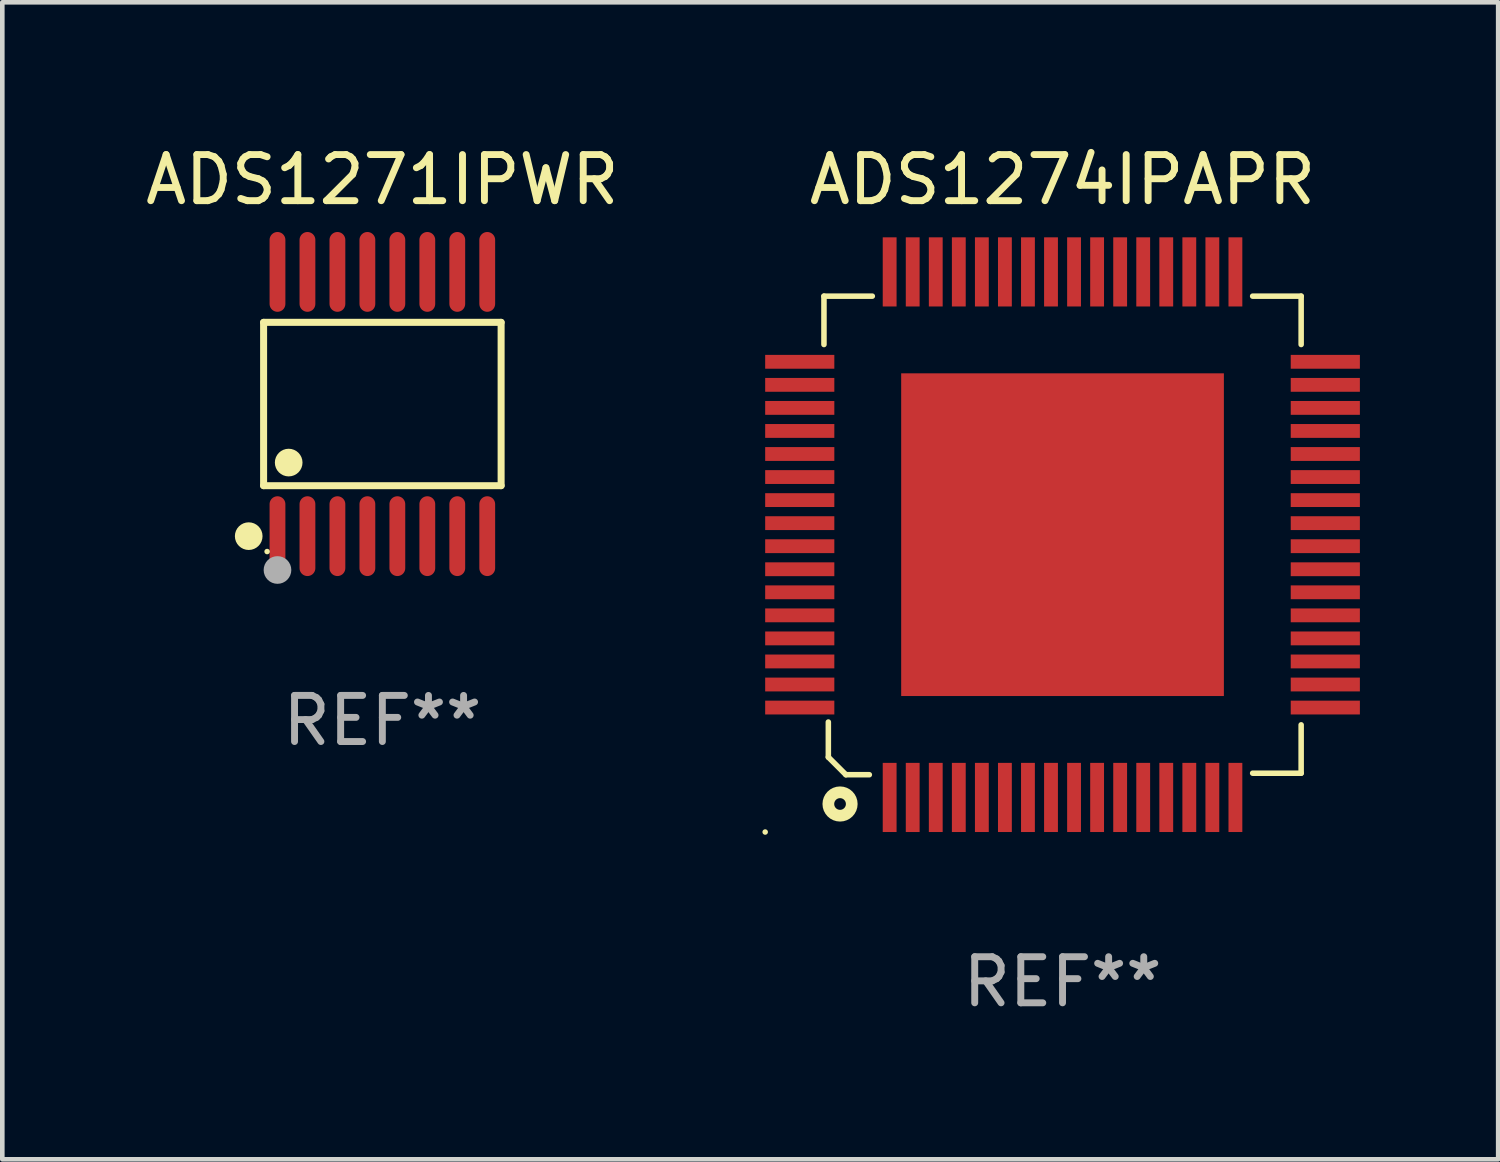
<source format=kicad_pcb>
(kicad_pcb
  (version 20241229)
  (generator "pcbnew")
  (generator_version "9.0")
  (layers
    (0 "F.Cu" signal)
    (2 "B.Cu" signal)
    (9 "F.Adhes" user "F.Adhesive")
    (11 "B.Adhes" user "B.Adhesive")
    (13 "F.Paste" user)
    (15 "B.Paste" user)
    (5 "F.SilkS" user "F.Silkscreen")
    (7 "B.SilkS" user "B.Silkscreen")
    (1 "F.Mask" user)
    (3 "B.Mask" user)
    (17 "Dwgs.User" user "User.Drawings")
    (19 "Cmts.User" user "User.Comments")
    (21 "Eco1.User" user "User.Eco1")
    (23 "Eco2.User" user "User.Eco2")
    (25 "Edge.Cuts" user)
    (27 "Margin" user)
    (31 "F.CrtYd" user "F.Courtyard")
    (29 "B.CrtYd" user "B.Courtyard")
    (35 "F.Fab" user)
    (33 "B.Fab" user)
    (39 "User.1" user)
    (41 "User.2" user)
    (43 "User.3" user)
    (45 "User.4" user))
  (footprint "ADS1271IPWR"
    (layer "F.Cu")
    (at 5.244 5.714)
    (property "Reference" "ADS1271IPWR" (at 0 -4.866 0) (layer "F.SilkS") (effects (font (size 1 1) (thickness 0.15))))
    (attr through_hole)
    (fp_line (start -2.576 -1.772) (end 2.576 -1.772) (stroke (width 0.152) (type solid)) (layer "F.SilkS"))
    (fp_line (start -2.576 1.771) (end -2.576 -1.772) (stroke (width 0.152) (type solid)) (layer "F.SilkS"))
    (fp_line (start 2.576 -1.772) (end 2.576 1.771) (stroke (width 0.152) (type solid)) (layer "F.SilkS"))
    (fp_line (start 2.576 1.771) (end -2.576 1.771) (stroke (width 0.152) (type solid)) (layer "F.SilkS"))
    (fp_circle (center -2.899 2.866) (end -2.749 2.866) (stroke (width 0.3) (type solid)) (fill no) (layer "F.SilkS"))
    (fp_circle (center -2.5 3.2) (end -2.47 3.2) (stroke (width 0.06) (type solid)) (fill no) (layer "F.SilkS"))
    (fp_circle (center -2.032 1.27) (end -1.882 1.27) (stroke (width 0.3) (type solid)) (fill no) (layer "F.SilkS"))
    (fp_circle (center -2.275 3.6) (end -2.125 3.6) (stroke (width 0.3) (type solid)) (fill no) (layer "F.Fab"))
    (fp_text user "REF**" (at 0 6.866 0) (layer "F.Fab") (effects (font (size 1 1) (thickness 0.15))))
    (pad "1" smd oval (at -2.275 2.866) (size 0.343 1.731) (layers "F.Cu" "F.Mask" "F.Paste"))
    (pad "2" smd oval (at -1.625 2.866) (size 0.343 1.731) (layers "F.Cu" "F.Mask" "F.Paste"))
    (pad "3" smd oval (at -0.975 2.866) (size 0.343 1.731) (layers "F.Cu" "F.Mask" "F.Paste"))
    (pad "4" smd oval (at -0.325 2.866) (size 0.343 1.731) (layers "F.Cu" "F.Mask" "F.Paste"))
    (pad "5" smd oval (at 0.325 2.866) (size 0.343 1.731) (layers "F.Cu" "F.Mask" "F.Paste"))
    (pad "6" smd oval (at 0.975 2.866) (size 0.343 1.731) (layers "F.Cu" "F.Mask" "F.Paste"))
    (pad "7" smd oval (at 1.625 2.866) (size 0.343 1.731) (layers "F.Cu" "F.Mask" "F.Paste"))
    (pad "8" smd oval (at 2.275 2.866) (size 0.343 1.731) (layers "F.Cu" "F.Mask" "F.Paste"))
    (pad "9" smd oval (at 2.275 -2.866) (size 0.343 1.731) (layers "F.Cu" "F.Mask" "F.Paste"))
    (pad "10" smd oval (at 1.625 -2.866) (size 0.343 1.731) (layers "F.Cu" "F.Mask" "F.Paste"))
    (pad "11" smd oval (at 0.975 -2.866) (size 0.343 1.731) (layers "F.Cu" "F.Mask" "F.Paste"))
    (pad "12" smd oval (at 0.325 -2.866) (size 0.343 1.731) (layers "F.Cu" "F.Mask" "F.Paste"))
    (pad "13" smd oval (at -0.325 -2.866) (size 0.343 1.731) (layers "F.Cu" "F.Mask" "F.Paste"))
    (pad "14" smd oval (at -0.975 -2.866) (size 0.343 1.731) (layers "F.Cu" "F.Mask" "F.Paste"))
    (pad "15" smd oval (at -1.625 -2.866) (size 0.343 1.731) (layers "F.Cu" "F.Mask" "F.Paste"))
    (pad "16" smd oval (at -2.275 -2.866) (size 0.343 1.731) (layers "F.Cu" "F.Mask" "F.Paste")))
  (footprint "ADS1274IPAPR"
    (layer "F.Cu")
    (at 19.998 8.548)
    (property "Reference" "ADS1274IPAPR" (at 0 -7.7 0) (layer "F.SilkS") (effects (font (size 1 1) (thickness 0.15))))
    (attr through_hole)
    (fp_line (start -5.175 -5.174) (end -4.126 -5.174) (stroke (width 0.12) (type solid)) (layer "F.SilkS"))
    (fp_line (start -5.175 -4.125) (end -5.175 -5.174) (stroke (width 0.12) (type solid)) (layer "F.SilkS"))
    (fp_line (start -5.08 4.064) (end -5.08 4.826) (stroke (width 0.12) (type solid)) (layer "F.SilkS"))
    (fp_line (start -5.08 4.826) (end -4.699 5.207) (stroke (width 0.12) (type solid)) (layer "F.SilkS"))
    (fp_line (start -4.699 5.207) (end -4.191 5.207) (stroke (width 0.12) (type solid)) (layer "F.SilkS"))
    (fp_line (start 5.176 -5.174) (end 4.124 -5.174) (stroke (width 0.12) (type solid)) (layer "F.SilkS"))
    (fp_line (start 5.176 -4.125) (end 5.176 -5.174) (stroke (width 0.12) (type solid)) (layer "F.SilkS"))
    (fp_line (start 5.176 4.125) (end 5.176 5.174) (stroke (width 0.12) (type solid)) (layer "F.SilkS"))
    (fp_line (start 5.176 5.174) (end 4.124 5.174) (stroke (width 0.12) (type solid)) (layer "F.SilkS"))
    (fp_circle (center -6.45 6.45) (end -6.42 6.45) (stroke (width 0.06) (type solid)) (fill no) (layer "F.SilkS"))
    (fp_circle (center -4.826 5.842) (end -4.572 5.842) (stroke (width 0.254) (type solid)) (fill no) (layer "F.SilkS"))
    (fp_text user "REF**" (at 0 9.7 0) (layer "F.Fab") (effects (font (size 1 1) (thickness 0.15))))
    (pad "1" smd rect (at -3.75 5.7 90) (size 1.5 0.3) (layers "F.Cu" "F.Mask" "F.Paste"))
    (pad "2" smd rect (at -3.25 5.7 90) (size 1.5 0.3) (layers "F.Cu" "F.Mask" "F.Paste"))
    (pad "3" smd rect (at -2.75 5.7 90) (size 1.5 0.3) (layers "F.Cu" "F.Mask" "F.Paste"))
    (pad "4" smd rect (at -2.25 5.7 90) (size 1.5 0.3) (layers "F.Cu" "F.Mask" "F.Paste"))
    (pad "5" smd rect (at -1.75 5.7 90) (size 1.5 0.3) (layers "F.Cu" "F.Mask" "F.Paste"))
    (pad "6" smd rect (at -1.25 5.7 90) (size 1.5 0.3) (layers "F.Cu" "F.Mask" "F.Paste"))
    (pad "7" smd rect (at -0.75 5.7 90) (size 1.5 0.3) (layers "F.Cu" "F.Mask" "F.Paste"))
    (pad "8" smd rect (at -0.25 5.7 90) (size 1.5 0.3) (layers "F.Cu" "F.Mask" "F.Paste"))
    (pad "9" smd rect (at 0.25 5.7 90) (size 1.5 0.3) (layers "F.Cu" "F.Mask" "F.Paste"))
    (pad "10" smd rect (at 0.75 5.7 90) (size 1.5 0.3) (layers "F.Cu" "F.Mask" "F.Paste"))
    (pad "11" smd rect (at 1.25 5.7 90) (size 1.5 0.3) (layers "F.Cu" "F.Mask" "F.Paste"))
    (pad "12" smd rect (at 1.75 5.7 90) (size 1.5 0.3) (layers "F.Cu" "F.Mask" "F.Paste"))
    (pad "13" smd rect (at 2.25 5.7 90) (size 1.5 0.3) (layers "F.Cu" "F.Mask" "F.Paste"))
    (pad "14" smd rect (at 2.75 5.7 90) (size 1.5 0.3) (layers "F.Cu" "F.Mask" "F.Paste"))
    (pad "15" smd rect (at 3.25 5.7 90) (size 1.5 0.3) (layers "F.Cu" "F.Mask" "F.Paste"))
    (pad "16" smd rect (at 3.75 5.7 90) (size 1.5 0.3) (layers "F.Cu" "F.Mask" "F.Paste"))
    (pad "17" smd rect (at 5.7 3.75 180) (size 1.5 0.3) (layers "F.Cu" "F.Mask" "F.Paste"))
    (pad "18" smd rect (at 5.7 3.25 180) (size 1.5 0.3) (layers "F.Cu" "F.Mask" "F.Paste"))
    (pad "19" smd rect (at 5.7 2.75 180) (size 1.5 0.3) (layers "F.Cu" "F.Mask" "F.Paste"))
    (pad "20" smd rect (at 5.7 2.25 180) (size 1.5 0.3) (layers "F.Cu" "F.Mask" "F.Paste"))
    (pad "21" smd rect (at 5.7 1.75 180) (size 1.5 0.3) (layers "F.Cu" "F.Mask" "F.Paste"))
    (pad "22" smd rect (at 5.7 1.25 180) (size 1.5 0.3) (layers "F.Cu" "F.Mask" "F.Paste"))
    (pad "23" smd rect (at 5.7 0.75 180) (size 1.5 0.3) (layers "F.Cu" "F.Mask" "F.Paste"))
    (pad "24" smd rect (at 5.7 0.25 180) (size 1.5 0.3) (layers "F.Cu" "F.Mask" "F.Paste"))
    (pad "25" smd rect (at 5.7 -0.25 180) (size 1.5 0.3) (layers "F.Cu" "F.Mask" "F.Paste"))
    (pad "26" smd rect (at 5.7 -0.75 180) (size 1.5 0.3) (layers "F.Cu" "F.Mask" "F.Paste"))
    (pad "27" smd rect (at 5.7 -1.25 180) (size 1.5 0.3) (layers "F.Cu" "F.Mask" "F.Paste"))
    (pad "28" smd rect (at 5.7 -1.75 180) (size 1.5 0.3) (layers "F.Cu" "F.Mask" "F.Paste"))
    (pad "29" smd rect (at 5.7 -2.25 180) (size 1.5 0.3) (layers "F.Cu" "F.Mask" "F.Paste"))
    (pad "30" smd rect (at 5.7 -2.75 180) (size 1.5 0.3) (layers "F.Cu" "F.Mask" "F.Paste"))
    (pad "31" smd rect (at 5.7 -3.25 180) (size 1.5 0.3) (layers "F.Cu" "F.Mask" "F.Paste"))
    (pad "32" smd rect (at 5.7 -3.75 180) (size 1.5 0.3) (layers "F.Cu" "F.Mask" "F.Paste"))
    (pad "33" smd rect (at 3.75 -5.7 90) (size 1.5 0.3) (layers "F.Cu" "F.Mask" "F.Paste"))
    (pad "34" smd rect (at 3.25 -5.7 90) (size 1.5 0.3) (layers "F.Cu" "F.Mask" "F.Paste"))
    (pad "35" smd rect (at 2.75 -5.7 90) (size 1.5 0.3) (layers "F.Cu" "F.Mask" "F.Paste"))
    (pad "36" smd rect (at 2.25 -5.7 90) (size 1.5 0.3) (layers "F.Cu" "F.Mask" "F.Paste"))
    (pad "37" smd rect (at 1.75 -5.7 90) (size 1.5 0.3) (layers "F.Cu" "F.Mask" "F.Paste"))
    (pad "38" smd rect (at 1.25 -5.7 90) (size 1.5 0.3) (layers "F.Cu" "F.Mask" "F.Paste"))
    (pad "39" smd rect (at 0.75 -5.7 90) (size 1.5 0.3) (layers "F.Cu" "F.Mask" "F.Paste"))
    (pad "40" smd rect (at 0.25 -5.7 90) (size 1.5 0.3) (layers "F.Cu" "F.Mask" "F.Paste"))
    (pad "41" smd rect (at -0.25 -5.7 90) (size 1.5 0.3) (layers "F.Cu" "F.Mask" "F.Paste"))
    (pad "42" smd rect (at -0.75 -5.7 90) (size 1.5 0.3) (layers "F.Cu" "F.Mask" "F.Paste"))
    (pad "43" smd rect (at -1.25 -5.7 90) (size 1.5 0.3) (layers "F.Cu" "F.Mask" "F.Paste"))
    (pad "44" smd rect (at -1.75 -5.7 90) (size 1.5 0.3) (layers "F.Cu" "F.Mask" "F.Paste"))
    (pad "45" smd rect (at -2.25 -5.7 90) (size 1.5 0.3) (layers "F.Cu" "F.Mask" "F.Paste"))
    (pad "46" smd rect (at -2.75 -5.7 90) (size 1.5 0.3) (layers "F.Cu" "F.Mask" "F.Paste"))
    (pad "47" smd rect (at -3.25 -5.7 90) (size 1.5 0.3) (layers "F.Cu" "F.Mask" "F.Paste"))
    (pad "48" smd rect (at -3.75 -5.7 90) (size 1.5 0.3) (layers "F.Cu" "F.Mask" "F.Paste"))
    (pad "49" smd rect (at -5.7 -3.75 180) (size 1.5 0.3) (layers "F.Cu" "F.Mask" "F.Paste"))
    (pad "50" smd rect (at -5.7 -3.25 180) (size 1.5 0.3) (layers "F.Cu" "F.Mask" "F.Paste"))
    (pad "51" smd rect (at -5.7 -2.75 180) (size 1.5 0.3) (layers "F.Cu" "F.Mask" "F.Paste"))
    (pad "52" smd rect (at -5.7 -2.25 180) (size 1.5 0.3) (layers "F.Cu" "F.Mask" "F.Paste"))
    (pad "53" smd rect (at -5.7 -1.75 180) (size 1.5 0.3) (layers "F.Cu" "F.Mask" "F.Paste"))
    (pad "54" smd rect (at -5.7 -1.25 180) (size 1.5 0.3) (layers "F.Cu" "F.Mask" "F.Paste"))
    (pad "55" smd rect (at -5.7 -0.75 180) (size 1.5 0.3) (layers "F.Cu" "F.Mask" "F.Paste"))
    (pad "56" smd rect (at -5.7 -0.25 180) (size 1.5 0.3) (layers "F.Cu" "F.Mask" "F.Paste"))
    (pad "57" smd rect (at -5.7 0.25 180) (size 1.5 0.3) (layers "F.Cu" "F.Mask" "F.Paste"))
    (pad "58" smd rect (at -5.7 0.75 180) (size 1.5 0.3) (layers "F.Cu" "F.Mask" "F.Paste"))
    (pad "59" smd rect (at -5.7 1.25 180) (size 1.5 0.3) (layers "F.Cu" "F.Mask" "F.Paste"))
    (pad "60" smd rect (at -5.7 1.75 180) (size 1.5 0.3) (layers "F.Cu" "F.Mask" "F.Paste"))
    (pad "61" smd rect (at -5.7 2.25 180) (size 1.5 0.3) (layers "F.Cu" "F.Mask" "F.Paste"))
    (pad "62" smd rect (at -5.7 2.75 180) (size 1.5 0.3) (layers "F.Cu" "F.Mask" "F.Paste"))
    (pad "63" smd rect (at -5.7 3.25 180) (size 1.5 0.3) (layers "F.Cu" "F.Mask" "F.Paste"))
    (pad "64" smd rect (at -5.7 3.75 180) (size 1.5 0.3) (layers "F.Cu" "F.Mask" "F.Paste"))
    (pad "65" smd rect (at 0 0 270) (size 7 7) (layers "F.Cu" "F.Mask" "F.Paste")))
  (gr_rect
    (start -3 -3)
    (end 29.448 22.097)
    (stroke (width 0.1) (type default))
    (fill no)
    (layer "Edge.Cuts")))
</source>
